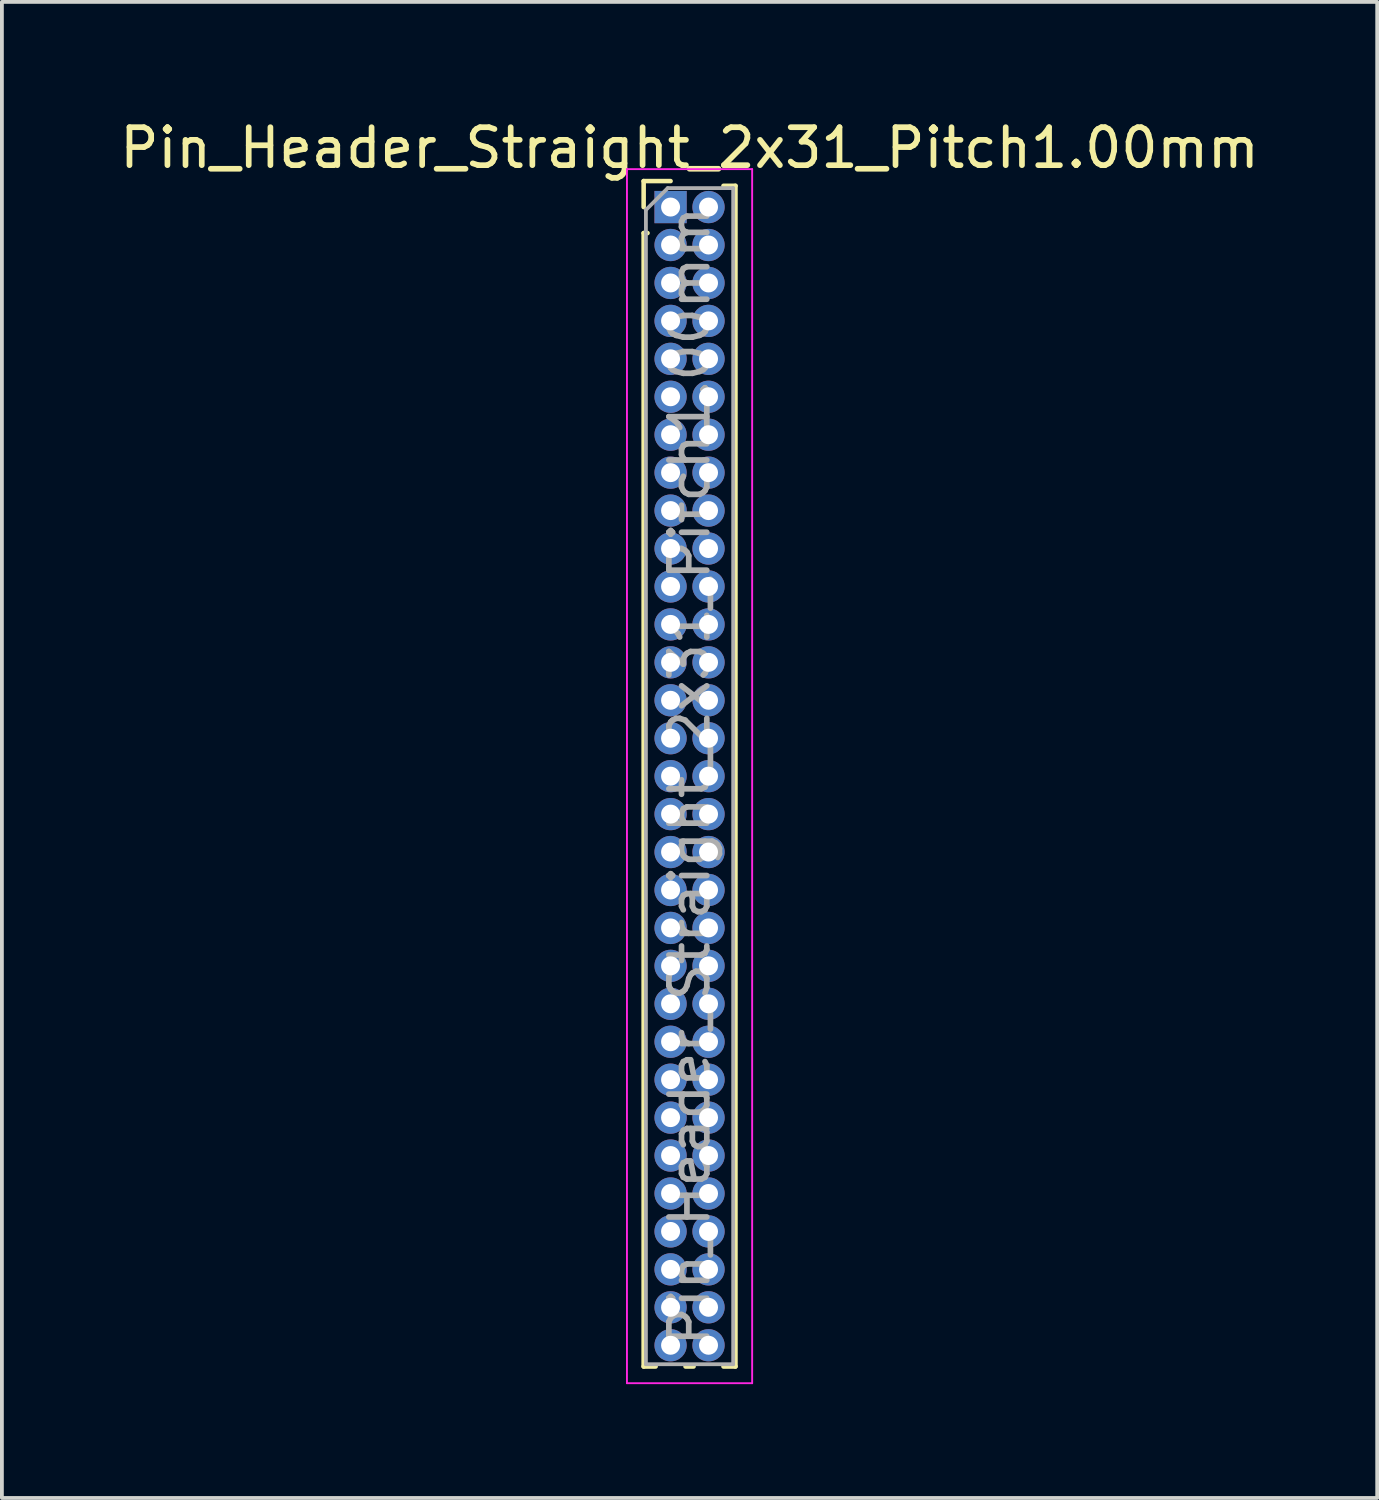
<source format=kicad_pcb>
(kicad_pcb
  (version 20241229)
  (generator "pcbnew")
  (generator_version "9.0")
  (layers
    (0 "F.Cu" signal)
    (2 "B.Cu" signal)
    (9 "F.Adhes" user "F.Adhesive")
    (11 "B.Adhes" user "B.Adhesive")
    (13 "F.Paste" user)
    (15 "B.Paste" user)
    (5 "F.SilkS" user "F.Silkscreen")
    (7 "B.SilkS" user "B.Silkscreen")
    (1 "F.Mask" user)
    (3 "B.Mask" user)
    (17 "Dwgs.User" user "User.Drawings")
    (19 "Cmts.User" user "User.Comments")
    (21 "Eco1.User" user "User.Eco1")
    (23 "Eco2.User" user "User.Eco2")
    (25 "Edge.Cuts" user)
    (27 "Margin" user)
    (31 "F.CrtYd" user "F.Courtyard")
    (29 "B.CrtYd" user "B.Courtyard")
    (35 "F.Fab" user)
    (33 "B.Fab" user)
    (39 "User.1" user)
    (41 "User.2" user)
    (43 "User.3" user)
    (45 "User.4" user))
  (footprint "Pin_Header_Straight_2x31_Pitch1.00mm"
    (layer "F.Cu")
    (at 14.625 2.408)
    (property "Reference" "Pin_Header_Straight_2x31_Pitch1.00mm" (at 0.5 -1.56 0) (layer "F.SilkS") (effects (font (size 1 1) (thickness 0.15))))
    (attr through_hole)
    (fp_line (start -0.71 -0.685) (end 0 -0.685) (stroke (width 0.12) (type solid)) (layer "F.SilkS"))
    (fp_line (start -0.71 0) (end -0.71 -0.685) (stroke (width 0.12) (type solid)) (layer "F.SilkS"))
    (fp_line (start -0.71 0.685) (end -0.71 30.56) (stroke (width 0.12) (type solid)) (layer "F.SilkS"))
    (fp_line (start -0.71 0.685) (end -0.608 0.685) (stroke (width 0.12) (type solid)) (layer "F.SilkS"))
    (fp_line (start -0.71 30.56) (end -0.394 30.56) (stroke (width 0.12) (type solid)) (layer "F.SilkS"))
    (fp_line (start 0.394 30.56) (end 0.606 30.56) (stroke (width 0.12) (type solid)) (layer "F.SilkS"))
    (fp_line (start 1.394 -0.56) (end 1.71 -0.56) (stroke (width 0.12) (type solid)) (layer "F.SilkS"))
    (fp_line (start 1.394 30.56) (end 1.71 30.56) (stroke (width 0.12) (type solid)) (layer "F.SilkS"))
    (fp_line (start 1.71 -0.56) (end 1.71 30.56) (stroke (width 0.12) (type solid)) (layer "F.SilkS"))
    (fp_line (start -1.15 -1) (end -1.15 31) (stroke (width 0.05) (type solid)) (layer "F.CrtYd"))
    (fp_line (start -1.15 31) (end 2.15 31) (stroke (width 0.05) (type solid)) (layer "F.CrtYd"))
    (fp_line (start 2.15 -1) (end -1.15 -1) (stroke (width 0.05) (type solid)) (layer "F.CrtYd"))
    (fp_line (start 2.15 31) (end 2.15 -1) (stroke (width 0.05) (type solid)) (layer "F.CrtYd"))
    (fp_line (start -0.65 0.075) (end -0.075 -0.5) (stroke (width 0.1) (type solid)) (layer "F.Fab"))
    (fp_line (start -0.65 30.5) (end -0.65 0.075) (stroke (width 0.1) (type solid)) (layer "F.Fab"))
    (fp_line (start -0.075 -0.5) (end 1.65 -0.5) (stroke (width 0.1) (type solid)) (layer "F.Fab"))
    (fp_line (start 1.65 -0.5) (end 1.65 30.5) (stroke (width 0.1) (type solid)) (layer "F.Fab"))
    (fp_line (start 1.65 30.5) (end -0.65 30.5) (stroke (width 0.1) (type solid)) (layer "F.Fab"))
    (fp_text user "${REFERENCE}" (at 0.5 15 90) (layer "F.Fab") (effects (font (size 1 1) (thickness 0.15))))
    (pad "1" thru_hole rect (at 0 0) (size 0.85 0.85) (drill 0.5) (layers "*.Cu" "*.Mask"))
    (pad "2" thru_hole oval (at 1 0) (size 0.85 0.85) (drill 0.5) (layers "*.Cu" "*.Mask"))
    (pad "3" thru_hole oval (at 0 1) (size 0.85 0.85) (drill 0.5) (layers "*.Cu" "*.Mask"))
    (pad "4" thru_hole oval (at 1 1) (size 0.85 0.85) (drill 0.5) (layers "*.Cu" "*.Mask"))
    (pad "5" thru_hole oval (at 0 2) (size 0.85 0.85) (drill 0.5) (layers "*.Cu" "*.Mask"))
    (pad "6" thru_hole oval (at 1 2) (size 0.85 0.85) (drill 0.5) (layers "*.Cu" "*.Mask"))
    (pad "7" thru_hole oval (at 0 3) (size 0.85 0.85) (drill 0.5) (layers "*.Cu" "*.Mask"))
    (pad "8" thru_hole oval (at 1 3) (size 0.85 0.85) (drill 0.5) (layers "*.Cu" "*.Mask"))
    (pad "9" thru_hole oval (at 0 4) (size 0.85 0.85) (drill 0.5) (layers "*.Cu" "*.Mask"))
    (pad "10" thru_hole oval (at 1 4) (size 0.85 0.85) (drill 0.5) (layers "*.Cu" "*.Mask"))
    (pad "11" thru_hole oval (at 0 5) (size 0.85 0.85) (drill 0.5) (layers "*.Cu" "*.Mask"))
    (pad "12" thru_hole oval (at 1 5) (size 0.85 0.85) (drill 0.5) (layers "*.Cu" "*.Mask"))
    (pad "13" thru_hole oval (at 0 6) (size 0.85 0.85) (drill 0.5) (layers "*.Cu" "*.Mask"))
    (pad "14" thru_hole oval (at 1 6) (size 0.85 0.85) (drill 0.5) (layers "*.Cu" "*.Mask"))
    (pad "15" thru_hole oval (at 0 7) (size 0.85 0.85) (drill 0.5) (layers "*.Cu" "*.Mask"))
    (pad "16" thru_hole oval (at 1 7) (size 0.85 0.85) (drill 0.5) (layers "*.Cu" "*.Mask"))
    (pad "17" thru_hole oval (at 0 8) (size 0.85 0.85) (drill 0.5) (layers "*.Cu" "*.Mask"))
    (pad "18" thru_hole oval (at 1 8) (size 0.85 0.85) (drill 0.5) (layers "*.Cu" "*.Mask"))
    (pad "19" thru_hole oval (at 0 9) (size 0.85 0.85) (drill 0.5) (layers "*.Cu" "*.Mask"))
    (pad "20" thru_hole oval (at 1 9) (size 0.85 0.85) (drill 0.5) (layers "*.Cu" "*.Mask"))
    (pad "21" thru_hole oval (at 0 10) (size 0.85 0.85) (drill 0.5) (layers "*.Cu" "*.Mask"))
    (pad "22" thru_hole oval (at 1 10) (size 0.85 0.85) (drill 0.5) (layers "*.Cu" "*.Mask"))
    (pad "23" thru_hole oval (at 0 11) (size 0.85 0.85) (drill 0.5) (layers "*.Cu" "*.Mask"))
    (pad "24" thru_hole oval (at 1 11) (size 0.85 0.85) (drill 0.5) (layers "*.Cu" "*.Mask"))
    (pad "25" thru_hole oval (at 0 12) (size 0.85 0.85) (drill 0.5) (layers "*.Cu" "*.Mask"))
    (pad "26" thru_hole oval (at 1 12) (size 0.85 0.85) (drill 0.5) (layers "*.Cu" "*.Mask"))
    (pad "27" thru_hole oval (at 0 13) (size 0.85 0.85) (drill 0.5) (layers "*.Cu" "*.Mask"))
    (pad "28" thru_hole oval (at 1 13) (size 0.85 0.85) (drill 0.5) (layers "*.Cu" "*.Mask"))
    (pad "29" thru_hole oval (at 0 14) (size 0.85 0.85) (drill 0.5) (layers "*.Cu" "*.Mask"))
    (pad "30" thru_hole oval (at 1 14) (size 0.85 0.85) (drill 0.5) (layers "*.Cu" "*.Mask"))
    (pad "31" thru_hole oval (at 0 15) (size 0.85 0.85) (drill 0.5) (layers "*.Cu" "*.Mask"))
    (pad "32" thru_hole oval (at 1 15) (size 0.85 0.85) (drill 0.5) (layers "*.Cu" "*.Mask"))
    (pad "33" thru_hole oval (at 0 16) (size 0.85 0.85) (drill 0.5) (layers "*.Cu" "*.Mask"))
    (pad "34" thru_hole oval (at 1 16) (size 0.85 0.85) (drill 0.5) (layers "*.Cu" "*.Mask"))
    (pad "35" thru_hole oval (at 0 17) (size 0.85 0.85) (drill 0.5) (layers "*.Cu" "*.Mask"))
    (pad "36" thru_hole oval (at 1 17) (size 0.85 0.85) (drill 0.5) (layers "*.Cu" "*.Mask"))
    (pad "37" thru_hole oval (at 0 18) (size 0.85 0.85) (drill 0.5) (layers "*.Cu" "*.Mask"))
    (pad "38" thru_hole oval (at 1 18) (size 0.85 0.85) (drill 0.5) (layers "*.Cu" "*.Mask"))
    (pad "39" thru_hole oval (at 0 19) (size 0.85 0.85) (drill 0.5) (layers "*.Cu" "*.Mask"))
    (pad "40" thru_hole oval (at 1 19) (size 0.85 0.85) (drill 0.5) (layers "*.Cu" "*.Mask"))
    (pad "41" thru_hole oval (at 0 20) (size 0.85 0.85) (drill 0.5) (layers "*.Cu" "*.Mask"))
    (pad "42" thru_hole oval (at 1 20) (size 0.85 0.85) (drill 0.5) (layers "*.Cu" "*.Mask"))
    (pad "43" thru_hole oval (at 0 21) (size 0.85 0.85) (drill 0.5) (layers "*.Cu" "*.Mask"))
    (pad "44" thru_hole oval (at 1 21) (size 0.85 0.85) (drill 0.5) (layers "*.Cu" "*.Mask"))
    (pad "45" thru_hole oval (at 0 22) (size 0.85 0.85) (drill 0.5) (layers "*.Cu" "*.Mask"))
    (pad "46" thru_hole oval (at 1 22) (size 0.85 0.85) (drill 0.5) (layers "*.Cu" "*.Mask"))
    (pad "47" thru_hole oval (at 0 23) (size 0.85 0.85) (drill 0.5) (layers "*.Cu" "*.Mask"))
    (pad "48" thru_hole oval (at 1 23) (size 0.85 0.85) (drill 0.5) (layers "*.Cu" "*.Mask"))
    (pad "49" thru_hole oval (at 0 24) (size 0.85 0.85) (drill 0.5) (layers "*.Cu" "*.Mask"))
    (pad "50" thru_hole oval (at 1 24) (size 0.85 0.85) (drill 0.5) (layers "*.Cu" "*.Mask"))
    (pad "51" thru_hole oval (at 0 25) (size 0.85 0.85) (drill 0.5) (layers "*.Cu" "*.Mask"))
    (pad "52" thru_hole oval (at 1 25) (size 0.85 0.85) (drill 0.5) (layers "*.Cu" "*.Mask"))
    (pad "53" thru_hole oval (at 0 26) (size 0.85 0.85) (drill 0.5) (layers "*.Cu" "*.Mask"))
    (pad "54" thru_hole oval (at 1 26) (size 0.85 0.85) (drill 0.5) (layers "*.Cu" "*.Mask"))
    (pad "55" thru_hole oval (at 0 27) (size 0.85 0.85) (drill 0.5) (layers "*.Cu" "*.Mask"))
    (pad "56" thru_hole oval (at 1 27) (size 0.85 0.85) (drill 0.5) (layers "*.Cu" "*.Mask"))
    (pad "57" thru_hole oval (at 0 28) (size 0.85 0.85) (drill 0.5) (layers "*.Cu" "*.Mask"))
    (pad "58" thru_hole oval (at 1 28) (size 0.85 0.85) (drill 0.5) (layers "*.Cu" "*.Mask"))
    (pad "59" thru_hole oval (at 0 29) (size 0.85 0.85) (drill 0.5) (layers "*.Cu" "*.Mask"))
    (pad "60" thru_hole oval (at 1 29) (size 0.85 0.85) (drill 0.5) (layers "*.Cu" "*.Mask"))
    (pad "61" thru_hole oval (at 0 30) (size 0.85 0.85) (drill 0.5) (layers "*.Cu" "*.Mask"))
    (pad "62" thru_hole oval (at 1 30) (size 0.85 0.85) (drill 0.5) (layers "*.Cu" "*.Mask")))
  (gr_rect
    (start -3 -3)
    (end 33.25 36.433)
    (stroke (width 0.1) (type default))
    (fill no)
    (layer "Edge.Cuts")))
</source>
